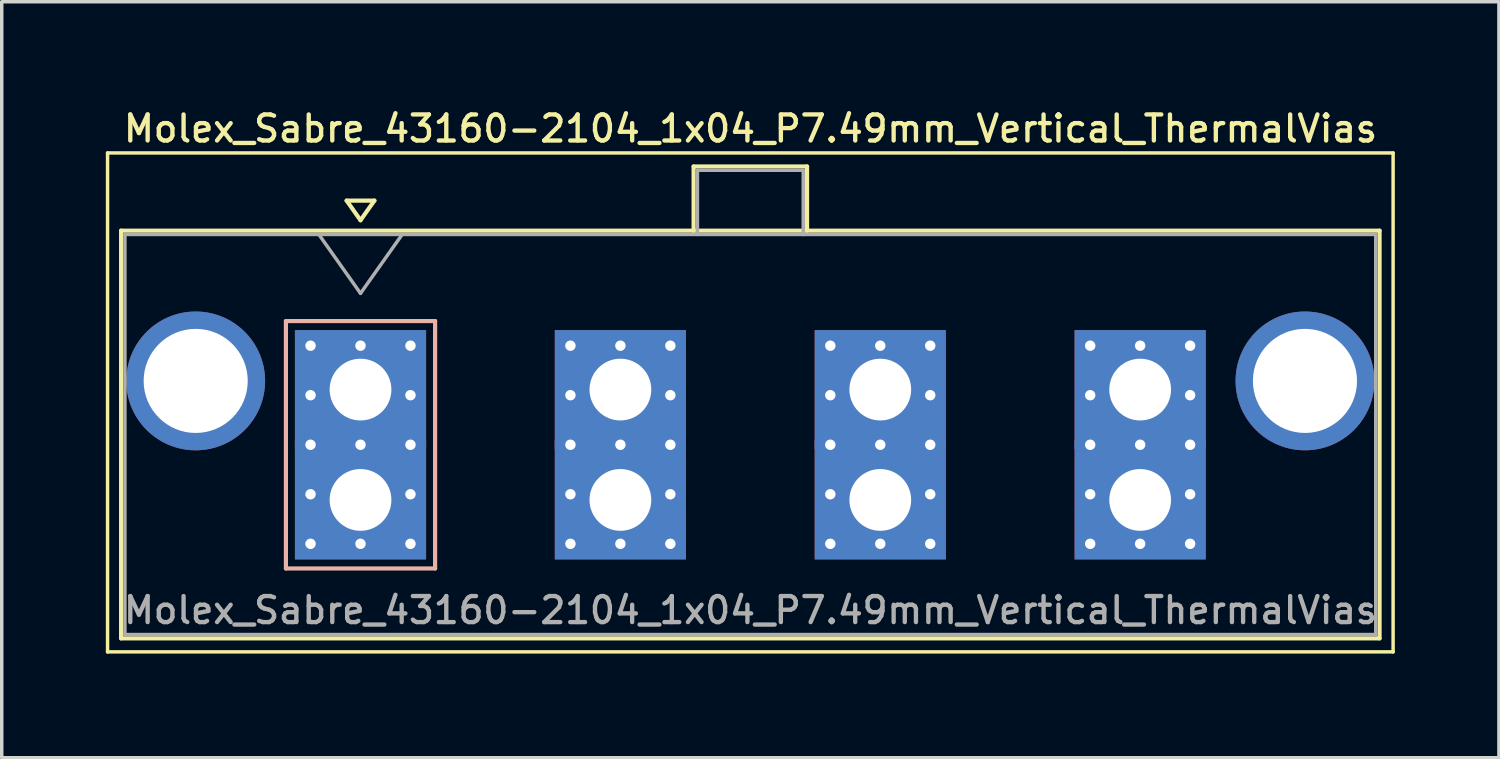
<source format=kicad_pcb>
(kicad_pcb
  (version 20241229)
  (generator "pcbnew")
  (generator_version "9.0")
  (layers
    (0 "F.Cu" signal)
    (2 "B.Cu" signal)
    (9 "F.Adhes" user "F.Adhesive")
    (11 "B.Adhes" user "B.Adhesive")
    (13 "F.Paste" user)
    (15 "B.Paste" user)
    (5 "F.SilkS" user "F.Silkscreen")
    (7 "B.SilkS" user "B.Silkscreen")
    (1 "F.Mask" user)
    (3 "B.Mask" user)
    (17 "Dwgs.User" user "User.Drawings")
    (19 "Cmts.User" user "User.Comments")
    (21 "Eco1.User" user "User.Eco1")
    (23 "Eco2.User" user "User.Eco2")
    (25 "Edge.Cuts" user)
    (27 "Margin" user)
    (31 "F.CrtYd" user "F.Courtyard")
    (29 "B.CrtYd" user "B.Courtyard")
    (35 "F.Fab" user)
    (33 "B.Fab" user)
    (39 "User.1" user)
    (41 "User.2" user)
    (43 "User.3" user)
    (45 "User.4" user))
  (footprint "Molex_Sabre_43160-2104_1x04_P7.49mm_Vertical_ThermalVias"
    (layer "F.Cu")
    (at 7.34 11.358)
    (property "Reference" "Molex_Sabre_43160-2104_1x04_P7.49mm_Vertical_ThermalVias" (at 11.24 -10.7 0) (layer "F.SilkS") (effects (font (size 0.75 0.75) (thickness 0.125))))
    (attr through_hole)
    (fp_line (start -7.29 -10) (end -7.29 4.38) (stroke (width 0.1) (type solid)) (layer "F.SilkS"))
    (fp_line (start -7.29 4.38) (end 29.76 4.38) (stroke (width 0.1) (type solid)) (layer "F.SilkS"))
    (fp_line (start -6.9 -7.76) (end -6.9 3.99) (stroke (width 0.12) (type solid)) (layer "F.SilkS"))
    (fp_line (start -6.9 3.99) (end 29.37 3.99) (stroke (width 0.12) (type solid)) (layer "F.SilkS"))
    (fp_line (start -0.4 -8.626) (end 0 -8.06) (stroke (width 0.12) (type solid)) (layer "F.SilkS"))
    (fp_line (start 0 -8.06) (end 0.4 -8.626) (stroke (width 0.12) (type solid)) (layer "F.SilkS"))
    (fp_line (start 0.4 -8.626) (end -0.4 -8.626) (stroke (width 0.12) (type solid)) (layer "F.SilkS"))
    (fp_line (start 9.6 -9.61) (end 12.87 -9.61) (stroke (width 0.12) (type solid)) (layer "F.SilkS"))
    (fp_line (start 9.6 -7.76) (end 9.6 -9.61) (stroke (width 0.12) (type solid)) (layer "F.SilkS"))
    (fp_line (start 12.87 -9.61) (end 12.87 -7.76) (stroke (width 0.12) (type solid)) (layer "F.SilkS"))
    (fp_line (start 29.37 -7.76) (end -6.9 -7.76) (stroke (width 0.12) (type solid)) (layer "F.SilkS"))
    (fp_line (start 29.37 3.99) (end 29.37 -7.76) (stroke (width 0.12) (type solid)) (layer "F.SilkS"))
    (fp_line (start 29.76 -10) (end -7.29 -10) (stroke (width 0.1) (type solid)) (layer "F.SilkS"))
    (fp_line (start 29.76 4.38) (end 29.76 -10) (stroke (width 0.1) (type solid)) (layer "F.SilkS"))
    (fp_line (start -2.15 -5.155) (end -2.15 1.975) (stroke (width 0.12) (type solid)) (layer "B.SilkS"))
    (fp_line (start -2.15 1.975) (end 2.15 1.975) (stroke (width 0.12) (type solid)) (layer "B.SilkS"))
    (fp_line (start 2.15 -5.155) (end -2.15 -5.155) (stroke (width 0.12) (type solid)) (layer "B.SilkS"))
    (fp_line (start 2.15 1.975) (end 2.15 -5.155) (stroke (width 0.12) (type solid)) (layer "B.SilkS"))
    (fp_line (start -6.79 -7.65) (end -6.79 3.88) (stroke (width 0.1) (type solid)) (layer "F.Fab"))
    (fp_line (start -6.79 3.88) (end 29.26 3.88) (stroke (width 0.1) (type solid)) (layer "F.Fab"))
    (fp_line (start -1.2 -7.65) (end 0 -5.953) (stroke (width 0.1) (type solid)) (layer "F.Fab"))
    (fp_line (start 0 -5.953) (end 1.2 -7.65) (stroke (width 0.1) (type solid)) (layer "F.Fab"))
    (fp_line (start 9.71 -9.5) (end 12.76 -9.5) (stroke (width 0.1) (type solid)) (layer "F.Fab"))
    (fp_line (start 9.71 -7.65) (end 9.71 -9.5) (stroke (width 0.1) (type solid)) (layer "F.Fab"))
    (fp_line (start 12.76 -9.5) (end 12.76 -7.65) (stroke (width 0.1) (type solid)) (layer "F.Fab"))
    (fp_line (start 29.26 -7.65) (end -6.79 -7.65) (stroke (width 0.1) (type solid)) (layer "F.Fab"))
    (fp_line (start 29.26 3.88) (end 29.26 -7.65) (stroke (width 0.1) (type solid)) (layer "F.Fab"))
    (fp_text user "${REFERENCE}" (at 11.24 3.18 0) (layer "F.Fab") (effects (font (size 0.75 0.75) (thickness 0.125))))
    (pad "" thru_hole circle (at -4.75 -3.43) (size 4 4) (drill 3) (layers "*.Cu" "*.Mask"))
    (pad "" thru_hole circle (at 27.22 -3.43) (size 4 4) (drill 3) (layers "*.Cu" "*.Mask"))
    (pad "1" thru_hole rect (at -1.44 -4.445) (size 0.6 0.6) (drill 0.3) (layers "*.Cu" "*.Mask"))
    (pad "1" thru_hole rect (at -1.44 -3.018) (size 0.6 0.6) (drill 0.3) (layers "*.Cu" "*.Mask"))
    (pad "1" thru_hole rect (at -1.44 -1.59) (size 0.6 0.6) (drill 0.3) (layers "*.Cu" "*.Mask"))
    (pad "1" thru_hole rect (at -1.44 -0.163) (size 0.6 0.6) (drill 0.3) (layers "*.Cu" "*.Mask"))
    (pad "1" thru_hole rect (at -1.44 1.265) (size 0.6 0.6) (drill 0.3) (layers "*.Cu" "*.Mask"))
    (pad "1" thru_hole rect (at 0 -4.445) (size 0.6 0.6) (drill 0.3) (layers "*.Cu" "*.Mask"))
    (pad "1" thru_hole rect (at 0 -3.18) (size 3.78 3.43) (drill 1.78) (layers "*.Cu" "*.Mask"))
    (pad "1" thru_hole rect (at 0 -1.59) (size 0.6 0.6) (drill 0.3) (layers "*.Cu" "*.Mask"))
    (pad "1" thru_hole rect (at 0 0) (size 3.78 3.43) (drill 1.78) (layers "*.Cu" "*.Mask"))
    (pad "1" thru_hole rect (at 0 1.265) (size 0.6 0.6) (drill 0.3) (layers "*.Cu" "*.Mask"))
    (pad "1" thru_hole rect (at 1.44 -4.445) (size 0.6 0.6) (drill 0.3) (layers "*.Cu" "*.Mask"))
    (pad "1" thru_hole rect (at 1.44 -3.018) (size 0.6 0.6) (drill 0.3) (layers "*.Cu" "*.Mask"))
    (pad "1" thru_hole rect (at 1.44 -1.59) (size 0.6 0.6) (drill 0.3) (layers "*.Cu" "*.Mask"))
    (pad "1" thru_hole rect (at 1.44 -0.163) (size 0.6 0.6) (drill 0.3) (layers "*.Cu" "*.Mask"))
    (pad "1" thru_hole rect (at 1.44 1.265) (size 0.6 0.6) (drill 0.3) (layers "*.Cu" "*.Mask"))
    (pad "2" thru_hole circle (at 6.05 -4.445) (size 0.6 0.6) (drill 0.3) (layers "*.Cu" "*.Mask"))
    (pad "2" thru_hole circle (at 6.05 -3.018) (size 0.6 0.6) (drill 0.3) (layers "*.Cu" "*.Mask"))
    (pad "2" thru_hole circle (at 6.05 -1.59) (size 0.6 0.6) (drill 0.3) (layers "*.Cu" "*.Mask"))
    (pad "2" thru_hole circle (at 6.05 -0.163) (size 0.6 0.6) (drill 0.3) (layers "*.Cu" "*.Mask"))
    (pad "2" thru_hole circle (at 6.05 1.265) (size 0.6 0.6) (drill 0.3) (layers "*.Cu" "*.Mask"))
    (pad "2" thru_hole circle (at 7.49 -4.445) (size 0.6 0.6) (drill 0.3) (layers "*.Cu" "*.Mask"))
    (pad "2" thru_hole rect (at 7.49 -3.18) (size 3.78 3.43) (drill 1.78) (layers "*.Cu" "*.Mask"))
    (pad "2" thru_hole circle (at 7.49 -1.59) (size 0.6 0.6) (drill 0.3) (layers "*.Cu" "*.Mask"))
    (pad "2" thru_hole rect (at 7.49 0) (size 3.78 3.43) (drill 1.78) (layers "*.Cu" "*.Mask"))
    (pad "2" thru_hole circle (at 7.49 1.265) (size 0.6 0.6) (drill 0.3) (layers "*.Cu" "*.Mask"))
    (pad "2" thru_hole circle (at 8.93 -4.445) (size 0.6 0.6) (drill 0.3) (layers "*.Cu" "*.Mask"))
    (pad "2" thru_hole circle (at 8.93 -3.018) (size 0.6 0.6) (drill 0.3) (layers "*.Cu" "*.Mask"))
    (pad "2" thru_hole circle (at 8.93 -1.59) (size 0.6 0.6) (drill 0.3) (layers "*.Cu" "*.Mask"))
    (pad "2" thru_hole circle (at 8.93 -0.163) (size 0.6 0.6) (drill 0.3) (layers "*.Cu" "*.Mask"))
    (pad "2" thru_hole circle (at 8.93 1.265) (size 0.6 0.6) (drill 0.3) (layers "*.Cu" "*.Mask"))
    (pad "3" thru_hole circle (at 13.54 -4.445) (size 0.6 0.6) (drill 0.3) (layers "*.Cu" "*.Mask"))
    (pad "3" thru_hole circle (at 13.54 -3.018) (size 0.6 0.6) (drill 0.3) (layers "*.Cu" "*.Mask"))
    (pad "3" thru_hole circle (at 13.54 -1.59) (size 0.6 0.6) (drill 0.3) (layers "*.Cu" "*.Mask"))
    (pad "3" thru_hole circle (at 13.54 -0.163) (size 0.6 0.6) (drill 0.3) (layers "*.Cu" "*.Mask"))
    (pad "3" thru_hole circle (at 13.54 1.265) (size 0.6 0.6) (drill 0.3) (layers "*.Cu" "*.Mask"))
    (pad "3" thru_hole circle (at 14.98 -4.445) (size 0.6 0.6) (drill 0.3) (layers "*.Cu" "*.Mask"))
    (pad "3" thru_hole rect (at 14.98 -3.18) (size 3.78 3.43) (drill 1.78) (layers "*.Cu" "*.Mask"))
    (pad "3" thru_hole circle (at 14.98 -1.59) (size 0.6 0.6) (drill 0.3) (layers "*.Cu" "*.Mask"))
    (pad "3" thru_hole rect (at 14.98 0) (size 3.78 3.43) (drill 1.78) (layers "*.Cu" "*.Mask"))
    (pad "3" thru_hole circle (at 14.98 1.265) (size 0.6 0.6) (drill 0.3) (layers "*.Cu" "*.Mask"))
    (pad "3" thru_hole circle (at 16.42 -4.445) (size 0.6 0.6) (drill 0.3) (layers "*.Cu" "*.Mask"))
    (pad "3" thru_hole circle (at 16.42 -3.018) (size 0.6 0.6) (drill 0.3) (layers "*.Cu" "*.Mask"))
    (pad "3" thru_hole circle (at 16.42 -1.59) (size 0.6 0.6) (drill 0.3) (layers "*.Cu" "*.Mask"))
    (pad "3" thru_hole circle (at 16.42 -0.163) (size 0.6 0.6) (drill 0.3) (layers "*.Cu" "*.Mask"))
    (pad "3" thru_hole circle (at 16.42 1.265) (size 0.6 0.6) (drill 0.3) (layers "*.Cu" "*.Mask"))
    (pad "4" thru_hole circle (at 21.03 -4.445) (size 0.6 0.6) (drill 0.3) (layers "*.Cu" "*.Mask"))
    (pad "4" thru_hole circle (at 21.03 -3.018) (size 0.6 0.6) (drill 0.3) (layers "*.Cu" "*.Mask"))
    (pad "4" thru_hole circle (at 21.03 -1.59) (size 0.6 0.6) (drill 0.3) (layers "*.Cu" "*.Mask"))
    (pad "4" thru_hole circle (at 21.03 -0.163) (size 0.6 0.6) (drill 0.3) (layers "*.Cu" "*.Mask"))
    (pad "4" thru_hole circle (at 21.03 1.265) (size 0.6 0.6) (drill 0.3) (layers "*.Cu" "*.Mask"))
    (pad "4" thru_hole circle (at 22.47 -4.445) (size 0.6 0.6) (drill 0.3) (layers "*.Cu" "*.Mask"))
    (pad "4" thru_hole rect (at 22.47 -3.18) (size 3.78 3.43) (drill 1.78) (layers "*.Cu" "*.Mask"))
    (pad "4" thru_hole circle (at 22.47 -1.59) (size 0.6 0.6) (drill 0.3) (layers "*.Cu" "*.Mask"))
    (pad "4" thru_hole rect (at 22.47 0) (size 3.78 3.43) (drill 1.78) (layers "*.Cu" "*.Mask"))
    (pad "4" thru_hole circle (at 22.47 1.265) (size 0.6 0.6) (drill 0.3) (layers "*.Cu" "*.Mask"))
    (pad "4" thru_hole circle (at 23.91 -4.445) (size 0.6 0.6) (drill 0.3) (layers "*.Cu" "*.Mask"))
    (pad "4" thru_hole circle (at 23.91 -3.018) (size 0.6 0.6) (drill 0.3) (layers "*.Cu" "*.Mask"))
    (pad "4" thru_hole circle (at 23.91 -1.59) (size 0.6 0.6) (drill 0.3) (layers "*.Cu" "*.Mask"))
    (pad "4" thru_hole circle (at 23.91 -0.163) (size 0.6 0.6) (drill 0.3) (layers "*.Cu" "*.Mask"))
    (pad "4" thru_hole circle (at 23.91 1.265) (size 0.6 0.6) (drill 0.3) (layers "*.Cu" "*.Mask")))
  (gr_rect
    (start -3 -3)
    (end 40.15 18.788)
    (stroke (width 0.1) (type default))
    (fill no)
    (layer "Edge.Cuts")))
</source>
